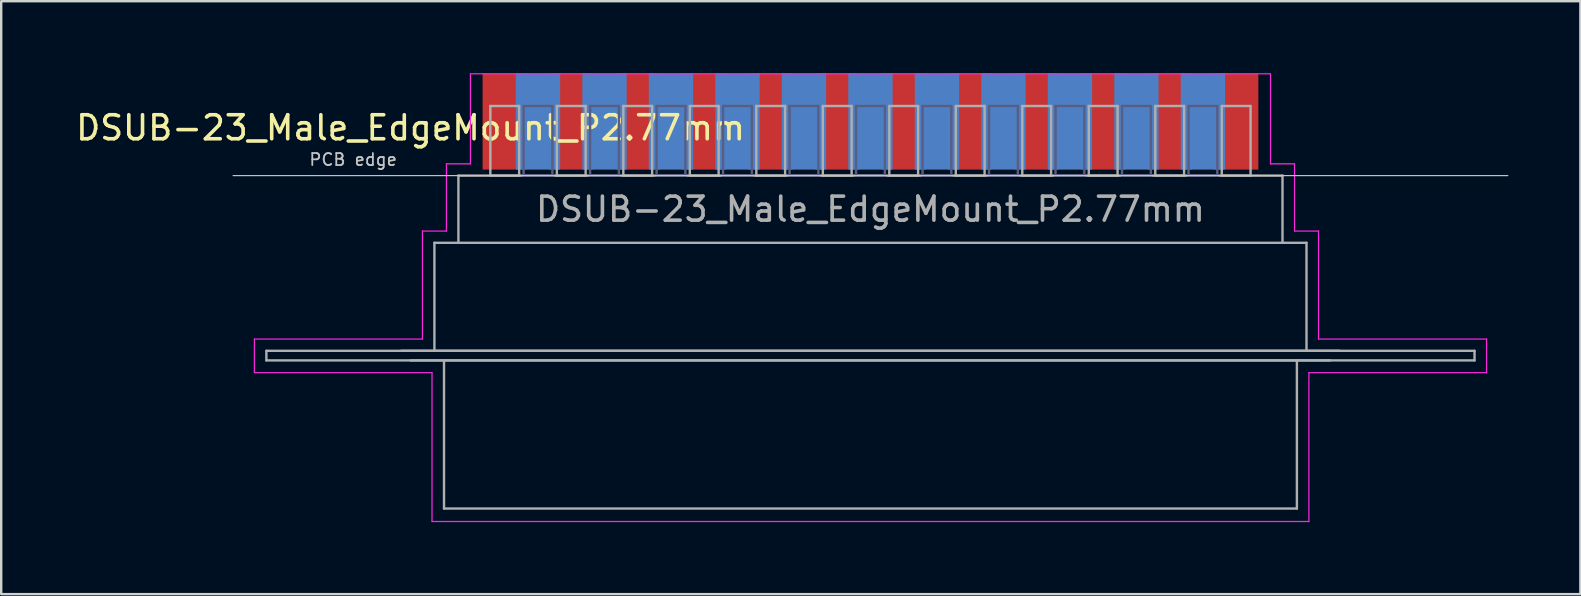
<source format=kicad_pcb>
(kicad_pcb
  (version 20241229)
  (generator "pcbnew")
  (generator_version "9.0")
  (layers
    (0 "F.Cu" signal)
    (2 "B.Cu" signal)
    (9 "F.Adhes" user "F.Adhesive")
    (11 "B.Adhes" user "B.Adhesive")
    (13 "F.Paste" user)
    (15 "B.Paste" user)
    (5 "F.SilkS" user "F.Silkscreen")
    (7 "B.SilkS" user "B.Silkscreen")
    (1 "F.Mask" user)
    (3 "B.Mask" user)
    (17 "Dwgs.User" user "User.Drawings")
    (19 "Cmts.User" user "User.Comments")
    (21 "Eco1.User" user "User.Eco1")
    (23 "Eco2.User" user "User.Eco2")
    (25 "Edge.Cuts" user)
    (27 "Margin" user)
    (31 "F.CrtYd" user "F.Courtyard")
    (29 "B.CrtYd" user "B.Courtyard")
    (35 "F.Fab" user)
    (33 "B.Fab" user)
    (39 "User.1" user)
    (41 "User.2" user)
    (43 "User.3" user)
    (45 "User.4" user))
  (footprint "DSUB-23_Male_EdgeMount_P2.77mm"
    (layer "F.Cu")
    (at 33.212 2.275)
    (property "Reference" "DSUB-23_Male_EdgeMount_P2.77mm" (at -19.158 0 180) (layer "F.SilkS") (effects (font (size 1 1) (thickness 0.15))))
    (attr smd)
    (fp_line (start -26.55 1.99) (end 26.55 1.99) (stroke (width 0.05) (type solid)) (layer "Dwgs.User"))
    (fp_line (start -25.665 8.8) (end -18.665 8.8) (stroke (width 0.05) (type solid)) (layer "F.CrtYd"))
    (fp_line (start -25.665 10.2) (end -25.665 8.8) (stroke (width 0.05) (type solid)) (layer "F.CrtYd"))
    (fp_line (start -18.665 4.3) (end -17.665 4.3) (stroke (width 0.05) (type solid)) (layer "F.CrtYd"))
    (fp_line (start -18.665 8.8) (end -18.665 4.3) (stroke (width 0.05) (type solid)) (layer "F.CrtYd"))
    (fp_line (start -18.265 10.2) (end -25.665 10.2) (stroke (width 0.05) (type solid)) (layer "F.CrtYd"))
    (fp_line (start -18.265 16.4) (end -18.265 10.2) (stroke (width 0.05) (type solid)) (layer "F.CrtYd"))
    (fp_line (start -17.665 1.5) (end -16.665 1.5) (stroke (width 0.05) (type solid)) (layer "F.CrtYd"))
    (fp_line (start -17.665 4.3) (end -17.665 1.5) (stroke (width 0.05) (type solid)) (layer "F.CrtYd"))
    (fp_line (start -16.665 -2.25) (end 16.665 -2.25) (stroke (width 0.05) (type solid)) (layer "F.CrtYd"))
    (fp_line (start -16.665 1.5) (end -16.665 -2.25) (stroke (width 0.05) (type solid)) (layer "F.CrtYd"))
    (fp_line (start 16.665 -2.25) (end 16.665 1.5) (stroke (width 0.05) (type solid)) (layer "F.CrtYd"))
    (fp_line (start 16.665 1.5) (end 17.665 1.5) (stroke (width 0.05) (type solid)) (layer "F.CrtYd"))
    (fp_line (start 17.665 1.5) (end 17.665 4.3) (stroke (width 0.05) (type solid)) (layer "F.CrtYd"))
    (fp_line (start 17.665 4.3) (end 18.665 4.3) (stroke (width 0.05) (type solid)) (layer "F.CrtYd"))
    (fp_line (start 18.265 10.2) (end 18.265 16.4) (stroke (width 0.05) (type solid)) (layer "F.CrtYd"))
    (fp_line (start 18.265 16.4) (end -18.265 16.4) (stroke (width 0.05) (type solid)) (layer "F.CrtYd"))
    (fp_line (start 18.665 4.3) (end 18.665 8.8) (stroke (width 0.05) (type solid)) (layer "F.CrtYd"))
    (fp_line (start 18.665 8.8) (end 25.665 8.8) (stroke (width 0.05) (type solid)) (layer "F.CrtYd"))
    (fp_line (start 25.665 8.8) (end 25.665 10.2) (stroke (width 0.05) (type solid)) (layer "F.CrtYd"))
    (fp_line (start 25.665 10.2) (end 18.265 10.2) (stroke (width 0.05) (type solid)) (layer "F.CrtYd"))
    (fp_line (start -14.45 -0.91) (end -14.45 1.99) (stroke (width 0.1) (type solid)) (layer "B.Fab"))
    (fp_line (start -14.45 1.99) (end -13.25 1.99) (stroke (width 0.1) (type solid)) (layer "B.Fab"))
    (fp_line (start -13.25 -0.91) (end -14.45 -0.91) (stroke (width 0.1) (type solid)) (layer "B.Fab"))
    (fp_line (start -13.25 1.99) (end -13.25 -0.91) (stroke (width 0.1) (type solid)) (layer "B.Fab"))
    (fp_line (start -11.68 -0.91) (end -11.68 1.99) (stroke (width 0.1) (type solid)) (layer "B.Fab"))
    (fp_line (start -11.68 1.99) (end -10.48 1.99) (stroke (width 0.1) (type solid)) (layer "B.Fab"))
    (fp_line (start -10.48 -0.91) (end -11.68 -0.91) (stroke (width 0.1) (type solid)) (layer "B.Fab"))
    (fp_line (start -10.48 1.99) (end -10.48 -0.91) (stroke (width 0.1) (type solid)) (layer "B.Fab"))
    (fp_line (start -8.91 -0.91) (end -8.91 1.99) (stroke (width 0.1) (type solid)) (layer "B.Fab"))
    (fp_line (start -8.91 1.99) (end -7.71 1.99) (stroke (width 0.1) (type solid)) (layer "B.Fab"))
    (fp_line (start -7.71 -0.91) (end -8.91 -0.91) (stroke (width 0.1) (type solid)) (layer "B.Fab"))
    (fp_line (start -7.71 1.99) (end -7.71 -0.91) (stroke (width 0.1) (type solid)) (layer "B.Fab"))
    (fp_line (start -6.14 -0.91) (end -6.14 1.99) (stroke (width 0.1) (type solid)) (layer "B.Fab"))
    (fp_line (start -6.14 1.99) (end -4.94 1.99) (stroke (width 0.1) (type solid)) (layer "B.Fab"))
    (fp_line (start -4.94 -0.91) (end -6.14 -0.91) (stroke (width 0.1) (type solid)) (layer "B.Fab"))
    (fp_line (start -4.94 1.99) (end -4.94 -0.91) (stroke (width 0.1) (type solid)) (layer "B.Fab"))
    (fp_line (start -3.37 -0.91) (end -3.37 1.99) (stroke (width 0.1) (type solid)) (layer "B.Fab"))
    (fp_line (start -3.37 1.99) (end -2.17 1.99) (stroke (width 0.1) (type solid)) (layer "B.Fab"))
    (fp_line (start -2.17 -0.91) (end -3.37 -0.91) (stroke (width 0.1) (type solid)) (layer "B.Fab"))
    (fp_line (start -2.17 1.99) (end -2.17 -0.91) (stroke (width 0.1) (type solid)) (layer "B.Fab"))
    (fp_line (start -0.6 -0.91) (end -0.6 1.99) (stroke (width 0.1) (type solid)) (layer "B.Fab"))
    (fp_line (start -0.6 1.99) (end 0.6 1.99) (stroke (width 0.1) (type solid)) (layer "B.Fab"))
    (fp_line (start 0.6 -0.91) (end -0.6 -0.91) (stroke (width 0.1) (type solid)) (layer "B.Fab"))
    (fp_line (start 0.6 1.99) (end 0.6 -0.91) (stroke (width 0.1) (type solid)) (layer "B.Fab"))
    (fp_line (start 2.17 -0.91) (end 2.17 1.99) (stroke (width 0.1) (type solid)) (layer "B.Fab"))
    (fp_line (start 2.17 1.99) (end 3.37 1.99) (stroke (width 0.1) (type solid)) (layer "B.Fab"))
    (fp_line (start 3.37 -0.91) (end 2.17 -0.91) (stroke (width 0.1) (type solid)) (layer "B.Fab"))
    (fp_line (start 3.37 1.99) (end 3.37 -0.91) (stroke (width 0.1) (type solid)) (layer "B.Fab"))
    (fp_line (start 4.94 -0.91) (end 4.94 1.99) (stroke (width 0.1) (type solid)) (layer "B.Fab"))
    (fp_line (start 4.94 1.99) (end 6.14 1.99) (stroke (width 0.1) (type solid)) (layer "B.Fab"))
    (fp_line (start 6.14 -0.91) (end 4.94 -0.91) (stroke (width 0.1) (type solid)) (layer "B.Fab"))
    (fp_line (start 6.14 1.99) (end 6.14 -0.91) (stroke (width 0.1) (type solid)) (layer "B.Fab"))
    (fp_line (start 7.71 -0.91) (end 7.71 1.99) (stroke (width 0.1) (type solid)) (layer "B.Fab"))
    (fp_line (start 7.71 1.99) (end 8.91 1.99) (stroke (width 0.1) (type solid)) (layer "B.Fab"))
    (fp_line (start 8.91 -0.91) (end 7.71 -0.91) (stroke (width 0.1) (type solid)) (layer "B.Fab"))
    (fp_line (start 8.91 1.99) (end 8.91 -0.91) (stroke (width 0.1) (type solid)) (layer "B.Fab"))
    (fp_line (start 10.48 -0.91) (end 10.48 1.99) (stroke (width 0.1) (type solid)) (layer "B.Fab"))
    (fp_line (start 10.48 1.99) (end 11.68 1.99) (stroke (width 0.1) (type solid)) (layer "B.Fab"))
    (fp_line (start 11.68 -0.91) (end 10.48 -0.91) (stroke (width 0.1) (type solid)) (layer "B.Fab"))
    (fp_line (start 11.68 1.99) (end 11.68 -0.91) (stroke (width 0.1) (type solid)) (layer "B.Fab"))
    (fp_line (start 13.25 -0.91) (end 13.25 1.99) (stroke (width 0.1) (type solid)) (layer "B.Fab"))
    (fp_line (start 13.25 1.99) (end 14.45 1.99) (stroke (width 0.1) (type solid)) (layer "B.Fab"))
    (fp_line (start 14.45 -0.91) (end 13.25 -0.91) (stroke (width 0.1) (type solid)) (layer "B.Fab"))
    (fp_line (start 14.45 1.99) (end 14.45 -0.91) (stroke (width 0.1) (type solid)) (layer "B.Fab"))
    (fp_line (start -25.165 9.29) (end -25.165 9.69) (stroke (width 0.1) (type solid)) (layer "F.Fab"))
    (fp_line (start -25.165 9.69) (end 25.165 9.69) (stroke (width 0.1) (type solid)) (layer "F.Fab"))
    (fp_line (start -19.55 9.29) (end 19.55 9.29) (stroke (width 0.1) (type solid)) (layer "F.Fab"))
    (fp_line (start -18.165 4.79) (end -18.165 9.29) (stroke (width 0.1) (type solid)) (layer "F.Fab"))
    (fp_line (start -18.165 4.79) (end 18.165 4.79) (stroke (width 0.1) (type solid)) (layer "F.Fab"))
    (fp_line (start -17.765 9.69) (end -17.765 15.86) (stroke (width 0.1) (type solid)) (layer "F.Fab"))
    (fp_line (start -17.765 15.86) (end 17.765 15.86) (stroke (width 0.1) (type solid)) (layer "F.Fab"))
    (fp_line (start -17.165 1.99) (end -17.165 4.79) (stroke (width 0.1) (type solid)) (layer "F.Fab"))
    (fp_line (start -15.835 -0.91) (end -15.835 1.99) (stroke (width 0.1) (type solid)) (layer "F.Fab"))
    (fp_line (start -15.835 1.99) (end -14.635 1.99) (stroke (width 0.1) (type solid)) (layer "F.Fab"))
    (fp_line (start -14.635 -0.91) (end -15.835 -0.91) (stroke (width 0.1) (type solid)) (layer "F.Fab"))
    (fp_line (start -14.635 1.99) (end -14.635 -0.91) (stroke (width 0.1) (type solid)) (layer "F.Fab"))
    (fp_line (start -13.065 -0.91) (end -13.065 1.99) (stroke (width 0.1) (type solid)) (layer "F.Fab"))
    (fp_line (start -13.065 1.99) (end -11.865 1.99) (stroke (width 0.1) (type solid)) (layer "F.Fab"))
    (fp_line (start -11.865 -0.91) (end -13.065 -0.91) (stroke (width 0.1) (type solid)) (layer "F.Fab"))
    (fp_line (start -11.865 1.99) (end -11.865 -0.91) (stroke (width 0.1) (type solid)) (layer "F.Fab"))
    (fp_line (start -10.295 -0.91) (end -10.295 1.99) (stroke (width 0.1) (type solid)) (layer "F.Fab"))
    (fp_line (start -10.295 1.99) (end -9.095 1.99) (stroke (width 0.1) (type solid)) (layer "F.Fab"))
    (fp_line (start -9.095 -0.91) (end -10.295 -0.91) (stroke (width 0.1) (type solid)) (layer "F.Fab"))
    (fp_line (start -9.095 1.99) (end -9.095 -0.91) (stroke (width 0.1) (type solid)) (layer "F.Fab"))
    (fp_line (start -7.525 -0.91) (end -7.525 1.99) (stroke (width 0.1) (type solid)) (layer "F.Fab"))
    (fp_line (start -7.525 1.99) (end -6.325 1.99) (stroke (width 0.1) (type solid)) (layer "F.Fab"))
    (fp_line (start -6.325 -0.91) (end -7.525 -0.91) (stroke (width 0.1) (type solid)) (layer "F.Fab"))
    (fp_line (start -6.325 1.99) (end -6.325 -0.91) (stroke (width 0.1) (type solid)) (layer "F.Fab"))
    (fp_line (start -4.755 -0.91) (end -4.755 1.99) (stroke (width 0.1) (type solid)) (layer "F.Fab"))
    (fp_line (start -4.755 1.99) (end -3.555 1.99) (stroke (width 0.1) (type solid)) (layer "F.Fab"))
    (fp_line (start -3.555 -0.91) (end -4.755 -0.91) (stroke (width 0.1) (type solid)) (layer "F.Fab"))
    (fp_line (start -3.555 1.99) (end -3.555 -0.91) (stroke (width 0.1) (type solid)) (layer "F.Fab"))
    (fp_line (start -1.985 -0.91) (end -1.985 1.99) (stroke (width 0.1) (type solid)) (layer "F.Fab"))
    (fp_line (start -1.985 1.99) (end -0.785 1.99) (stroke (width 0.1) (type solid)) (layer "F.Fab"))
    (fp_line (start -0.785 -0.91) (end -1.985 -0.91) (stroke (width 0.1) (type solid)) (layer "F.Fab"))
    (fp_line (start -0.785 1.99) (end -0.785 -0.91) (stroke (width 0.1) (type solid)) (layer "F.Fab"))
    (fp_line (start -0.6 1.99) (end 0.6 1.99) (stroke (width 0.1) (type solid)) (layer "F.Fab"))
    (fp_line (start 0.785 -0.91) (end 0.785 1.99) (stroke (width 0.1) (type solid)) (layer "F.Fab"))
    (fp_line (start 0.785 1.99) (end 1.985 1.99) (stroke (width 0.1) (type solid)) (layer "F.Fab"))
    (fp_line (start 1.985 -0.91) (end 0.785 -0.91) (stroke (width 0.1) (type solid)) (layer "F.Fab"))
    (fp_line (start 1.985 1.99) (end 1.985 -0.91) (stroke (width 0.1) (type solid)) (layer "F.Fab"))
    (fp_line (start 3.555 -0.91) (end 3.555 1.99) (stroke (width 0.1) (type solid)) (layer "F.Fab"))
    (fp_line (start 3.555 1.99) (end 4.755 1.99) (stroke (width 0.1) (type solid)) (layer "F.Fab"))
    (fp_line (start 4.755 -0.91) (end 3.555 -0.91) (stroke (width 0.1) (type solid)) (layer "F.Fab"))
    (fp_line (start 4.755 1.99) (end 4.755 -0.91) (stroke (width 0.1) (type solid)) (layer "F.Fab"))
    (fp_line (start 6.325 -0.91) (end 6.325 1.99) (stroke (width 0.1) (type solid)) (layer "F.Fab"))
    (fp_line (start 6.325 1.99) (end 7.525 1.99) (stroke (width 0.1) (type solid)) (layer "F.Fab"))
    (fp_line (start 7.525 -0.91) (end 6.325 -0.91) (stroke (width 0.1) (type solid)) (layer "F.Fab"))
    (fp_line (start 7.525 1.99) (end 7.525 -0.91) (stroke (width 0.1) (type solid)) (layer "F.Fab"))
    (fp_line (start 9.095 -0.91) (end 9.095 1.99) (stroke (width 0.1) (type solid)) (layer "F.Fab"))
    (fp_line (start 9.095 1.99) (end 10.295 1.99) (stroke (width 0.1) (type solid)) (layer "F.Fab"))
    (fp_line (start 10.295 -0.91) (end 9.095 -0.91) (stroke (width 0.1) (type solid)) (layer "F.Fab"))
    (fp_line (start 10.295 1.99) (end 10.295 -0.91) (stroke (width 0.1) (type solid)) (layer "F.Fab"))
    (fp_line (start 11.865 -0.91) (end 11.865 1.99) (stroke (width 0.1) (type solid)) (layer "F.Fab"))
    (fp_line (start 11.865 1.99) (end 13.065 1.99) (stroke (width 0.1) (type solid)) (layer "F.Fab"))
    (fp_line (start 13.065 -0.91) (end 11.865 -0.91) (stroke (width 0.1) (type solid)) (layer "F.Fab"))
    (fp_line (start 13.065 1.99) (end 13.065 -0.91) (stroke (width 0.1) (type solid)) (layer "F.Fab"))
    (fp_line (start 14.635 -0.91) (end 14.635 1.99) (stroke (width 0.1) (type solid)) (layer "F.Fab"))
    (fp_line (start 14.635 1.99) (end 15.835 1.99) (stroke (width 0.1) (type solid)) (layer "F.Fab"))
    (fp_line (start 15.835 -0.91) (end 14.635 -0.91) (stroke (width 0.1) (type solid)) (layer "F.Fab"))
    (fp_line (start 15.835 1.99) (end 15.835 -0.91) (stroke (width 0.1) (type solid)) (layer "F.Fab"))
    (fp_line (start 17.165 1.99) (end -17.165 1.99) (stroke (width 0.1) (type solid)) (layer "F.Fab"))
    (fp_line (start 17.165 4.79) (end 17.165 1.99) (stroke (width 0.1) (type solid)) (layer "F.Fab"))
    (fp_line (start 17.765 15.86) (end 17.765 9.69) (stroke (width 0.1) (type solid)) (layer "F.Fab"))
    (fp_line (start 18.165 9.29) (end 18.165 4.79) (stroke (width 0.1) (type solid)) (layer "F.Fab"))
    (fp_line (start 19.15 9.69) (end -19.15 9.69) (stroke (width 0.1) (type solid)) (layer "F.Fab"))
    (fp_line (start 25.165 9.29) (end -25.165 9.29) (stroke (width 0.1) (type solid)) (layer "F.Fab"))
    (fp_line (start 25.165 9.69) (end 25.165 9.29) (stroke (width 0.1) (type solid)) (layer "F.Fab"))
    (fp_text user "PCB edge" (at -21.55 1.323 180) (layer "Dwgs.User") (effects (font (size 0.5 0.5) (thickness 0.075))))
    (fp_text user "${REFERENCE}" (at 0 3.39 180) (layer "F.Fab") (effects (font (size 1 1) (thickness 0.15))))
    (pad "1" smd rect (at -15.235 0) (size 1.847 4) (drill (offset 0 -0.26)) (layers "F.Cu" "F.Mask" "F.Paste"))
    (pad "2" smd rect (at -12.465 0) (size 1.847 4) (drill (offset 0 -0.26)) (layers "F.Cu" "F.Mask" "F.Paste"))
    (pad "3" smd rect (at -9.695 0) (size 1.847 4) (drill (offset 0 -0.26)) (layers "F.Cu" "F.Mask" "F.Paste"))
    (pad "4" smd rect (at -6.925 0) (size 1.847 4) (drill (offset 0 -0.26)) (layers "F.Cu" "F.Mask" "F.Paste"))
    (pad "5" smd rect (at -4.155 0) (size 1.847 4) (drill (offset 0 -0.26)) (layers "F.Cu" "F.Mask" "F.Paste"))
    (pad "6" smd rect (at -1.385 0) (size 1.847 4) (drill (offset 0 -0.26)) (layers "F.Cu" "F.Mask" "F.Paste"))
    (pad "7" smd rect (at 1.385 0) (size 1.847 4) (drill (offset 0 -0.26)) (layers "F.Cu" "F.Mask" "F.Paste"))
    (pad "8" smd rect (at 4.155 0) (size 1.847 4) (drill (offset 0 -0.26)) (layers "F.Cu" "F.Mask" "F.Paste"))
    (pad "9" smd rect (at 6.925 0) (size 1.847 4) (drill (offset 0 -0.26)) (layers "F.Cu" "F.Mask" "F.Paste"))
    (pad "10" smd rect (at 9.695 0) (size 1.847 4) (drill (offset 0 -0.26)) (layers "F.Cu" "F.Mask" "F.Paste"))
    (pad "11" smd rect (at 12.465 0) (size 1.847 4) (drill (offset 0 -0.26)) (layers "F.Cu" "F.Mask" "F.Paste"))
    (pad "12" smd rect (at 15.235 0) (size 1.847 4) (drill (offset 0 -0.26)) (layers "F.Cu" "F.Mask" "F.Paste"))
    (pad "13" smd rect (at -13.85 0) (size 1.847 4) (drill (offset 0 -0.26)) (layers "B.Cu" "B.Mask" "B.Paste"))
    (pad "14" smd rect (at -11.08 0) (size 1.847 4) (drill (offset 0 -0.26)) (layers "B.Cu" "B.Mask" "B.Paste"))
    (pad "15" smd rect (at -8.31 0) (size 1.847 4) (drill (offset 0 -0.26)) (layers "B.Cu" "B.Mask" "B.Paste"))
    (pad "16" smd rect (at -5.54 0) (size 1.847 4) (drill (offset 0 -0.26)) (layers "B.Cu" "B.Mask" "B.Paste"))
    (pad "17" smd rect (at -2.77 0) (size 1.847 4) (drill (offset 0 -0.26)) (layers "B.Cu" "B.Mask" "B.Paste"))
    (pad "18" smd rect (at 0 0) (size 1.847 4) (drill (offset 0 -0.26)) (layers "B.Cu" "B.Mask" "B.Paste"))
    (pad "19" smd rect (at 2.77 0) (size 1.847 4) (drill (offset 0 -0.26)) (layers "B.Cu" "B.Mask" "B.Paste"))
    (pad "20" smd rect (at 5.54 0) (size 1.847 4) (drill (offset 0 -0.26)) (layers "B.Cu" "B.Mask" "B.Paste"))
    (pad "21" smd rect (at 8.31 0) (size 1.847 4) (drill (offset 0 -0.26)) (layers "B.Cu" "B.Mask" "B.Paste"))
    (pad "22" smd rect (at 11.08 0) (size 1.847 4) (drill (offset 0 -0.26)) (layers "B.Cu" "B.Mask" "B.Paste"))
    (pad "23" smd rect (at 13.85 0) (size 1.847 4) (drill (offset 0 -0.26)) (layers "B.Cu" "B.Mask" "B.Paste")))
  (gr_rect
    (start -3 -3)
    (end 62.787 21.7)
    (stroke (width 0.1) (type default))
    (fill no)
    (layer "Edge.Cuts")))
</source>
